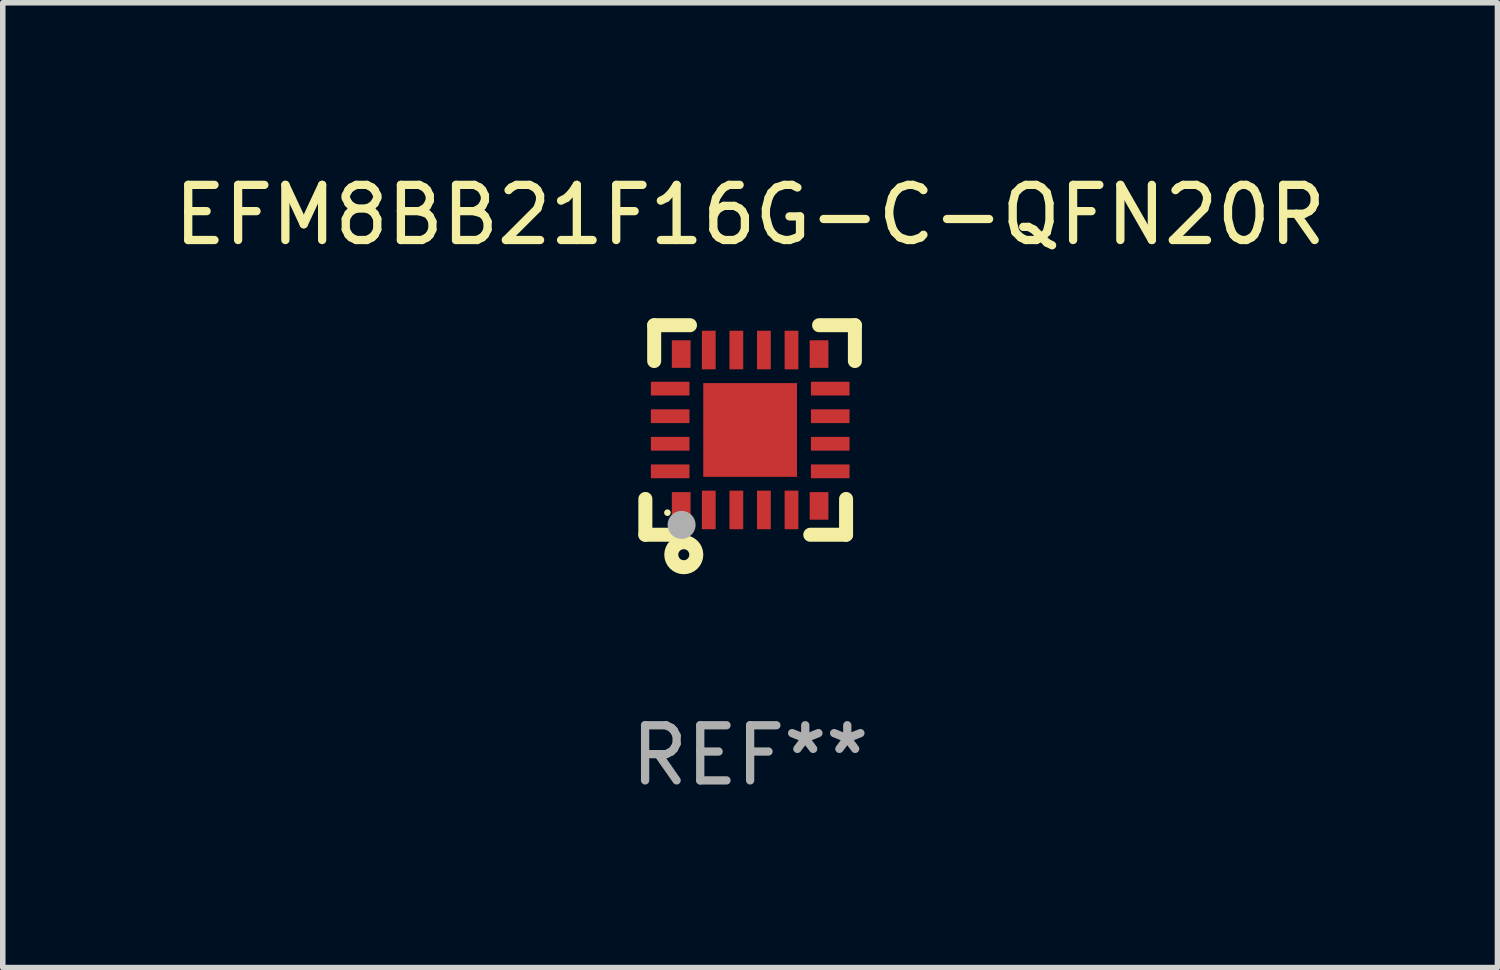
<source format=kicad_pcb>
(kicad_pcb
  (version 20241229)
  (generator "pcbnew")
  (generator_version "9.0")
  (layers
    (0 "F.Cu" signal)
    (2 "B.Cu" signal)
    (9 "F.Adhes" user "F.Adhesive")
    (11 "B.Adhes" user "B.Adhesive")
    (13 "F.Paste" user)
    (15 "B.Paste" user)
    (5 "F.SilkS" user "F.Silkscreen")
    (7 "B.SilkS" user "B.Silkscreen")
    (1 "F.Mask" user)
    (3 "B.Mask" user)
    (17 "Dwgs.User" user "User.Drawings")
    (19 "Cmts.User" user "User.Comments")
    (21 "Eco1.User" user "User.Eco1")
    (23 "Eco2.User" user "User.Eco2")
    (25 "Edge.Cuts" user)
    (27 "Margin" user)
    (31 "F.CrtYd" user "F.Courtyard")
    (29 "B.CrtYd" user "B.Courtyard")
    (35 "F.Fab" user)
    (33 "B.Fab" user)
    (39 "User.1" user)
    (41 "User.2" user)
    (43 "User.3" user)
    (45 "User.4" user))
  (footprint "EFM8BB21F16G-C-QFN20R"
    (layer "F.Cu")
    (at 10.554 4.748)
    (property "Reference" "EFM8BB21F16G-C-QFN20R" (at 0 -3.9 0) (layer "F.SilkS") (effects (font (size 1 1) (thickness 0.15))))
    (attr through_hole)
    (fp_line (start -1.9 1.9) (end -1.9 1.251) (stroke (width 0.254) (type solid)) (layer "F.SilkS"))
    (fp_line (start -1.9 1.9) (end -1.251 1.9) (stroke (width 0.254) (type solid)) (layer "F.SilkS"))
    (fp_line (start -1.74 -1.9) (end -1.74 -1.251) (stroke (width 0.254) (type solid)) (layer "F.SilkS"))
    (fp_line (start -1.74 -1.9) (end -1.091 -1.9) (stroke (width 0.254) (type solid)) (layer "F.SilkS"))
    (fp_line (start 1.74 1.9) (end 1.091 1.9) (stroke (width 0.254) (type solid)) (layer "F.SilkS"))
    (fp_line (start 1.74 1.9) (end 1.74 1.251) (stroke (width 0.254) (type solid)) (layer "F.SilkS"))
    (fp_line (start 1.9 -1.9) (end 1.251 -1.9) (stroke (width 0.254) (type solid)) (layer "F.SilkS"))
    (fp_line (start 1.9 -1.9) (end 1.9 -1.251) (stroke (width 0.254) (type solid)) (layer "F.SilkS"))
    (fp_circle (center -1.5 1.5) (end -1.47 1.5) (stroke (width 0.06) (type solid)) (fill no) (layer "F.SilkS"))
    (fp_circle (center -1.203 2.262) (end -1.103 2.262) (stroke (width 0.254) (type solid)) (fill no) (layer "F.SilkS"))
    (fp_circle (center -1.243 1.721) (end -1.116 1.721) (stroke (width 0.254) (type solid)) (fill no) (layer "F.Fab"))
    (fp_text user "REF**" (at 0 5.9 0) (layer "F.Fab") (effects (font (size 1 1) (thickness 0.15))))
    (pad "1" smd rect (at -1.25 1.377) (size 0.34 0.5) (layers "F.Cu" "F.Mask" "F.Paste"))
    (pad "2" smd rect (at -0.75 1.45) (size 0.25 0.7) (layers "F.Cu" "F.Mask" "F.Paste"))
    (pad "3" smd rect (at -0.25 1.45) (size 0.25 0.7) (layers "F.Cu" "F.Mask" "F.Paste"))
    (pad "4" smd rect (at 0.25 1.45) (size 0.25 0.7) (layers "F.Cu" "F.Mask" "F.Paste"))
    (pad "5" smd rect (at 0.75 1.45) (size 0.25 0.7) (layers "F.Cu" "F.Mask" "F.Paste"))
    (pad "6" smd rect (at 1.25 1.377) (size 0.34 0.5) (layers "F.Cu" "F.Mask" "F.Paste"))
    (pad "7" smd rect (at 1.453 0.75) (size 0.7 0.25) (layers "F.Cu" "F.Mask" "F.Paste"))
    (pad "8" smd rect (at 1.453 0.25) (size 0.7 0.25) (layers "F.Cu" "F.Mask" "F.Paste"))
    (pad "9" smd rect (at 1.453 -0.25) (size 0.7 0.25) (layers "F.Cu" "F.Mask" "F.Paste"))
    (pad "10" smd rect (at 1.453 -0.75) (size 0.7 0.25) (layers "F.Cu" "F.Mask" "F.Paste"))
    (pad "11" smd rect (at 1.25 -1.377) (size 0.34 0.5) (layers "F.Cu" "F.Mask" "F.Paste"))
    (pad "12" smd rect (at 0.75 -1.45) (size 0.25 0.7) (layers "F.Cu" "F.Mask" "F.Paste"))
    (pad "13" smd rect (at 0.25 -1.45) (size 0.25 0.7) (layers "F.Cu" "F.Mask" "F.Paste"))
    (pad "14" smd rect (at -0.25 -1.45) (size 0.25 0.7) (layers "F.Cu" "F.Mask" "F.Paste"))
    (pad "15" smd rect (at -0.75 -1.45) (size 0.25 0.7) (layers "F.Cu" "F.Mask" "F.Paste"))
    (pad "16" smd rect (at -1.25 -1.377) (size 0.34 0.5) (layers "F.Cu" "F.Mask" "F.Paste"))
    (pad "17" smd rect (at -1.45 -0.75) (size 0.7 0.25) (layers "F.Cu" "F.Mask" "F.Paste"))
    (pad "18" smd rect (at -1.45 -0.25) (size 0.7 0.25) (layers "F.Cu" "F.Mask" "F.Paste"))
    (pad "19" smd rect (at -1.45 0.25) (size 0.7 0.25) (layers "F.Cu" "F.Mask" "F.Paste"))
    (pad "20" smd rect (at -1.45 0.75) (size 0.7 0.25) (layers "F.Cu" "F.Mask" "F.Paste"))
    (pad "21" smd rect (at 0 0) (size 1.7 1.7) (layers "F.Cu" "F.Mask" "F.Paste")))
  (gr_rect
    (start -3 -3)
    (end 24.107 14.497)
    (stroke (width 0.1) (type default))
    (fill no)
    (layer "Edge.Cuts")))
</source>
